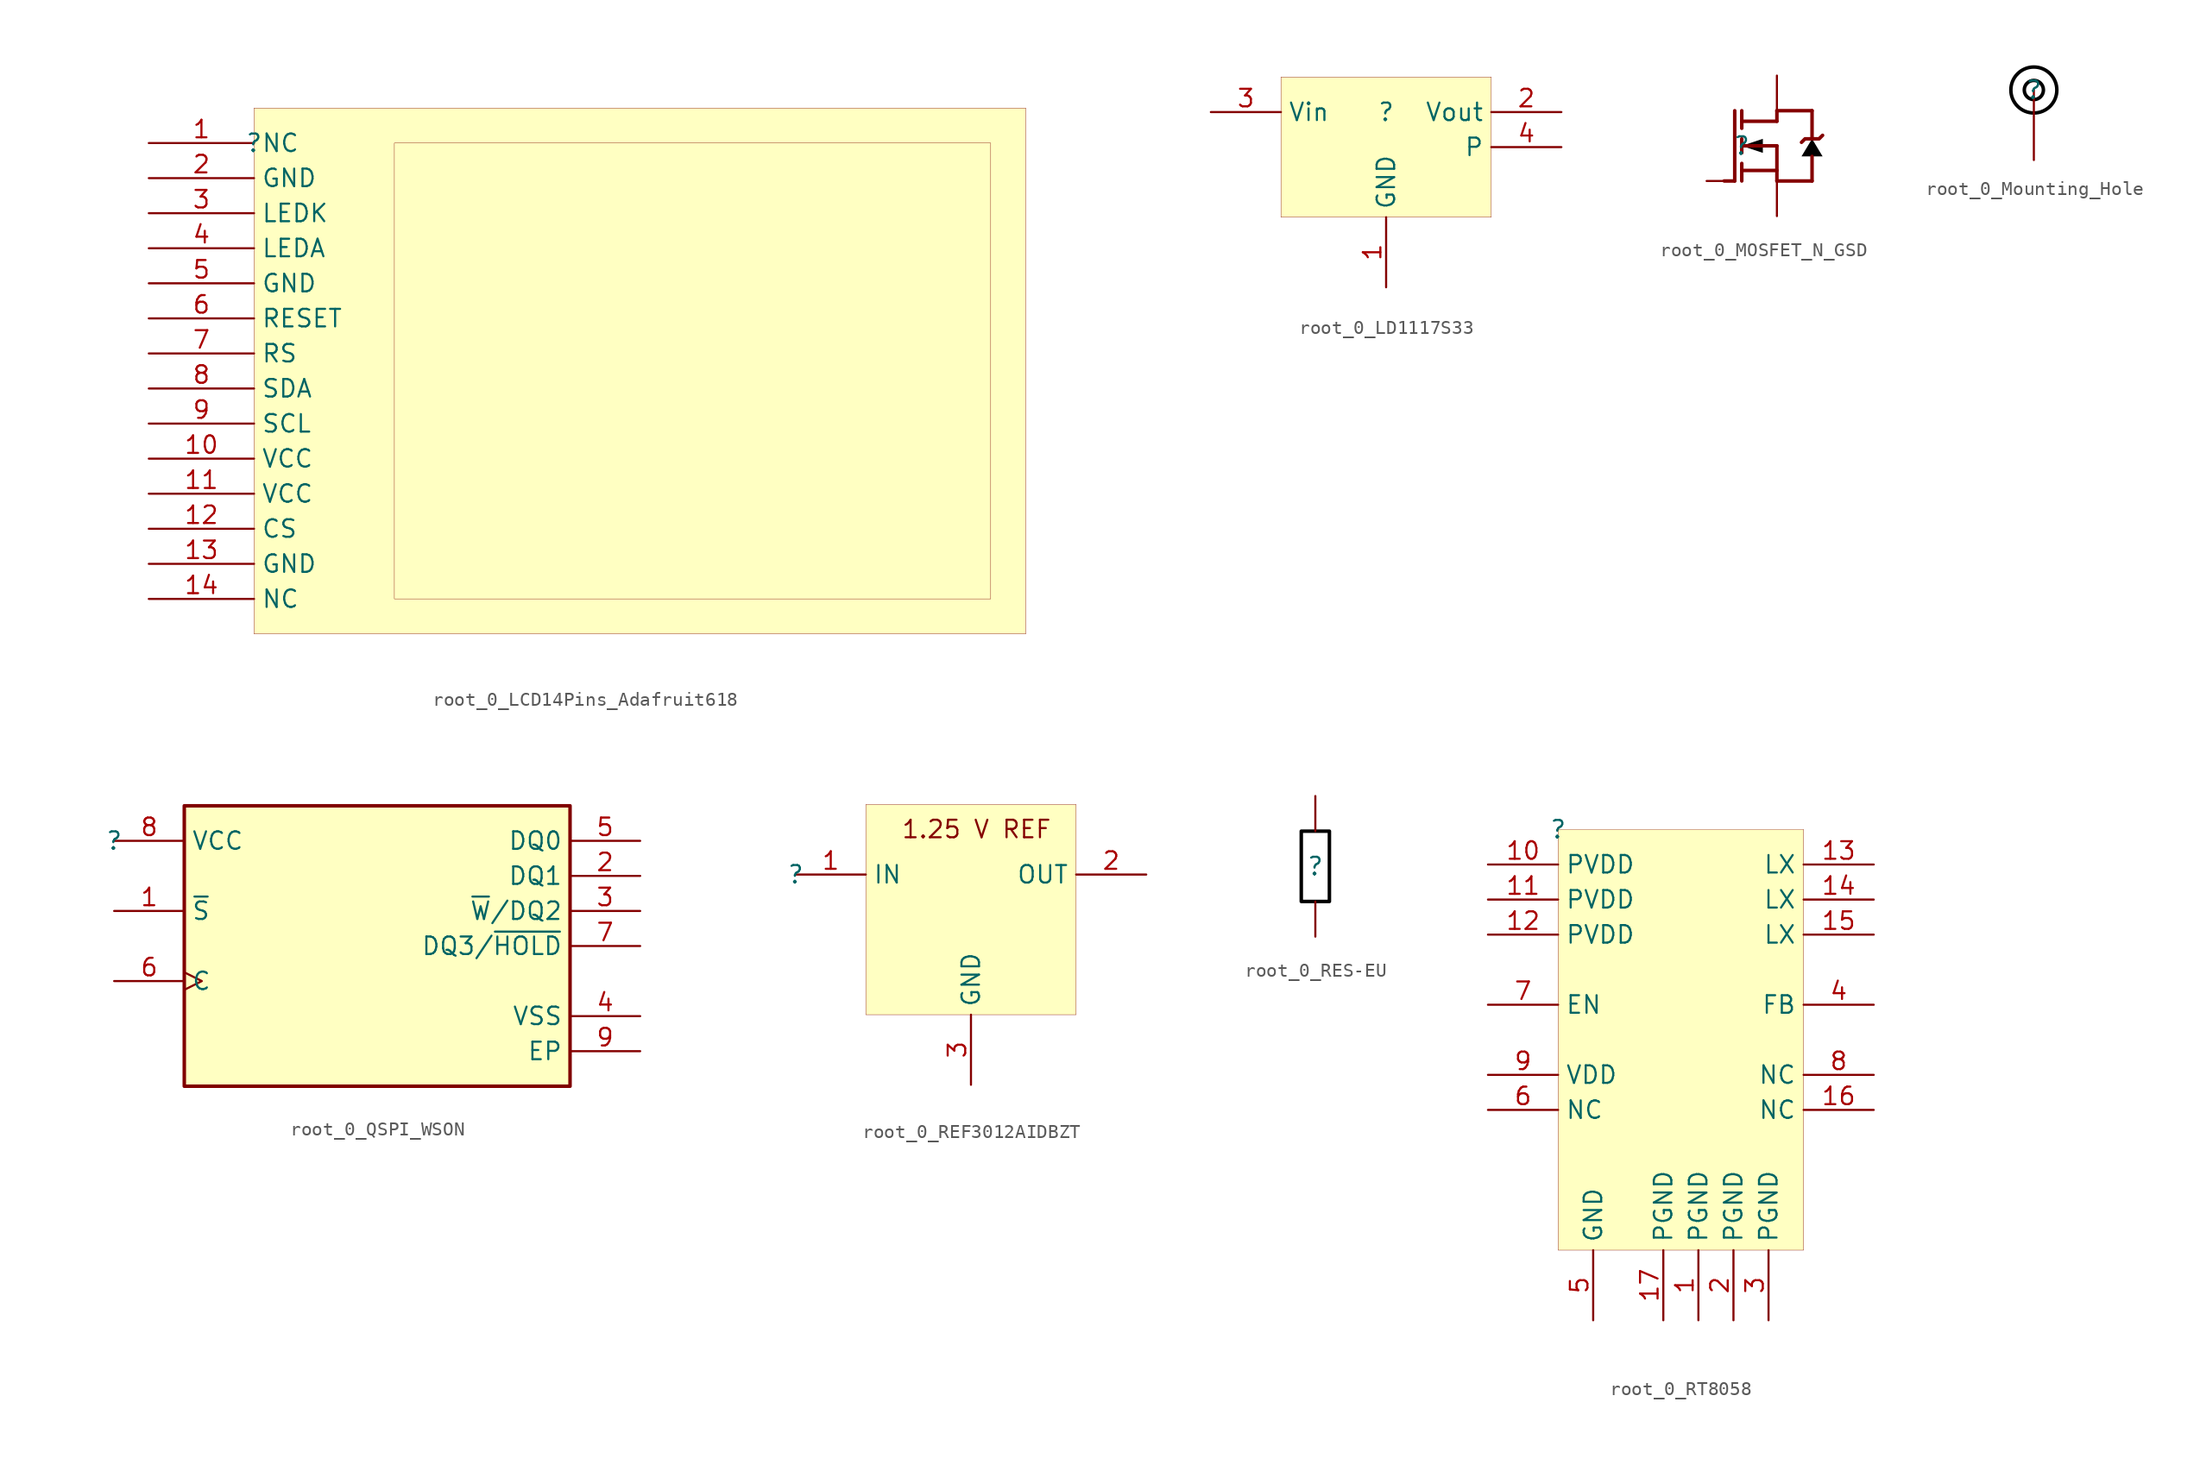
<source format=kicad_sym>
(kicad_symbol_lib
  (version 20231120)
  (generator "kicad_symbol_editor")
  (generator_version "8.0")
  (symbol "root_0_LCD14Pins_Adafruit618"
    (property "Reference" ""
      (at 0 0 0)
      (effects (font (size 1.27 1.27))))
    (property "Value" ""
      (at 0 0 0)
      (effects (font (size 1.27 1.27))))
    (symbol "root_0_LCD14Pins_Adafruit618_1_0"
      (rectangle (start 53.34 0) (end 10.16 -33.02) (stroke (width 0.025) (type solid) (color 128 0 0 1)) (fill (type color) (color 74 134 232 1)))
      (rectangle (start 55.88 2.54) (end 0 -35.56) (stroke (width 0.025) (type solid) (color 128 0 0 1)) (fill (type background)))
      (pin passive line (at -7.62 0 0) (length 7.62) (name "NC" (effects (font (size 1.27 1.27)))) (number "1" (effects (font (size 1.27 1.27)))))
      (pin passive line (at -7.62 -22.86 0) (length 7.62) (name "VCC" (effects (font (size 1.27 1.27)))) (number "10" (effects (font (size 1.27 1.27)))))
      (pin passive line (at -7.62 -25.4 0) (length 7.62) (name "VCC" (effects (font (size 1.27 1.27)))) (number "11" (effects (font (size 1.27 1.27)))))
      (pin passive line (at -7.62 -27.94 0) (length 7.62) (name "CS" (effects (font (size 1.27 1.27)))) (number "12" (effects (font (size 1.27 1.27)))))
      (pin passive line (at -7.62 -30.48 0) (length 7.62) (name "GND" (effects (font (size 1.27 1.27)))) (number "13" (effects (font (size 1.27 1.27)))))
      (pin passive line (at -7.62 -33.02 0) (length 7.62) (name "NC" (effects (font (size 1.27 1.27)))) (number "14" (effects (font (size 1.27 1.27)))))
      (pin passive line (at -7.62 -2.54 0) (length 7.62) (name "GND" (effects (font (size 1.27 1.27)))) (number "2" (effects (font (size 1.27 1.27)))))
      (pin passive line (at -7.62 -5.08 0) (length 7.62) (name "LEDK" (effects (font (size 1.27 1.27)))) (number "3" (effects (font (size 1.27 1.27)))))
      (pin passive line (at -7.62 -7.62 0) (length 7.62) (name "LEDA" (effects (font (size 1.27 1.27)))) (number "4" (effects (font (size 1.27 1.27)))))
      (pin passive line (at -7.62 -10.16 0) (length 7.62) (name "GND" (effects (font (size 1.27 1.27)))) (number "5" (effects (font (size 1.27 1.27)))))
      (pin passive line (at -7.62 -12.7 0) (length 7.62) (name "RESET" (effects (font (size 1.27 1.27)))) (number "6" (effects (font (size 1.27 1.27)))))
      (pin passive line (at -7.62 -15.24 0) (length 7.62) (name "RS" (effects (font (size 1.27 1.27)))) (number "7" (effects (font (size 1.27 1.27)))))
      (pin passive line (at -7.62 -17.78 0) (length 7.62) (name "SDA" (effects (font (size 1.27 1.27)))) (number "8" (effects (font (size 1.27 1.27)))))
      (pin passive line (at -7.62 -20.32 0) (length 7.62) (name "SCL" (effects (font (size 1.27 1.27)))) (number "9" (effects (font (size 1.27 1.27)))))))
  (symbol "root_0_LD1117S33"
    (property "Reference" ""
      (at 0 0 0)
      (effects (font (size 1.27 1.27))))
    (property "Value" ""
      (at 0 0 0)
      (effects (font (size 1.27 1.27))))
    (symbol "root_0_LD1117S33_1_0"
      (rectangle (start 7.62 2.54) (end -7.62 -7.62) (stroke (width 0.025) (type solid) (color 128 0 0 1)) (fill (type background)))
      (pin passive line (at 0 -12.7 90) (length 5.08) (name "GND" (effects (font (size 1.27 1.27)))) (number "1" (effects (font (size 1.27 1.27)))))
      (pin passive line (at 12.7 0 180) (length 5.08) (name "Vout" (effects (font (size 1.27 1.27)))) (number "2" (effects (font (size 1.27 1.27)))))
      (pin passive line (at -12.7 0 0) (length 5.08) (name "Vin" (effects (font (size 1.27 1.27)))) (number "3" (effects (font (size 1.27 1.27)))))
      (pin passive line (at 12.7 -2.54 180) (length 5.08) (name "P" (effects (font (size 1.27 1.27)))) (number "4" (effects (font (size 1.27 1.27)))))))
  (symbol "root_0_MOSFET_N_GSD"
    (property "Reference" ""
      (at 0 0 0)
      (effects (font (size 1.27 1.27))))
    (property "Value" ""
      (at 0 0 0)
      (effects (font (size 1.27 1.27))))
    (symbol "root_0_MOSFET_N_GSD_1_0"
      (polyline (pts (xy -1.27 -2.54) (xy -0.508 -2.54)) (stroke (width 0.254) (type solid)) (fill (type none)))
      (polyline (pts (xy -0.508 2.54) (xy -0.508 -2.54)) (stroke (width 0.254) (type solid)) (fill (type none)))
      (polyline (pts (xy 0 -2.54) (xy 0 -1.27)) (stroke (width 0.254) (type solid)) (fill (type none)))
      (polyline (pts (xy 0 -0.508) (xy 0 0.508)) (stroke (width 0.254) (type solid)) (fill (type none)))
      (polyline (pts (xy 0 2.54) (xy 0 1.27)) (stroke (width 0.254) (type solid)) (fill (type none)))
      (polyline (pts (xy 2.54 -2.54) (xy 5.08 -2.54)) (stroke (width 0.254) (type solid)) (fill (type none)))
      (polyline (pts (xy 2.54 -1.778) (xy 0 -1.778)) (stroke (width 0.254) (type solid)) (fill (type none)))
      (polyline (pts (xy 2.54 0) (xy 0 0)) (stroke (width 0.254) (type solid)) (fill (type none)))
      (polyline (pts (xy 2.54 0) (xy 2.54 -2.54)) (stroke (width 0.254) (type solid)) (fill (type none)))
      (polyline (pts (xy 2.54 1.778) (xy 0 1.778)) (stroke (width 0.254) (type solid)) (fill (type none)))
      (polyline (pts (xy 2.54 1.778) (xy 2.54 2.54)) (stroke (width 0.254) (type solid)) (fill (type none)))
      (polyline (pts (xy 2.54 2.54) (xy 5.08 2.54)) (stroke (width 0.254) (type solid)) (fill (type none)))
      (polyline (pts (xy 5.08 -2.54) (xy 5.08 -0.762)) (stroke (width 0.254) (type solid)) (fill (type none)))
      (polyline (pts (xy 5.08 2.54) (xy 5.08 0.508)) (stroke (width 0.254) (type solid)) (fill (type none)))
      (polyline (pts (xy 0 0) (xy 1.524 -0.508) (xy 1.524 0.508) (xy 0 0)) (stroke (width -0.0001) (type solid) (color 0 0 0 1)) (fill (type outline)))
      (polyline (pts (xy 5.08 0.508) (xy 4.318 -0.762) (xy 5.842 -0.762) (xy 5.08 0.508)) (stroke (width -0.0001) (type solid) (color 0 0 0 1)) (fill (type outline)))
      (polyline (pts (xy 5.842 0.762) (xy 5.588 0.508) (xy 4.572 0.508) (xy 4.318 0.254)) (stroke (width 0.254) (type solid)) (fill (type none)))
      (pin passive line (at -2.54 -2.54 0) (length 1.27) (name "G" (effects (font (size 0 0)))) (number "1" (effects (font (size 0 0)))))
      (pin passive line (at 2.54 -5.08 90) (length 2.54) (name "S" (effects (font (size 0 0)))) (number "2" (effects (font (size 0 0)))))
      (pin passive line (at 2.54 5.08 270) (length 2.54) (name "D" (effects (font (size 0 0)))) (number "3" (effects (font (size 0 0)))))))
  (symbol "root_0_Mounting_Hole"
    (property "Reference" ""
      (at 0 0 0)
      (effects (font (size 1.27 1.27))))
    (property "Value" ""
      (at 0 0 0)
      (effects (font (size 1.27 1.27))))
    (symbol "root_0_Mounting_Hole_1_0"
      (circle (center 0 0) (radius 0.695) (stroke (width 0.254) (type solid) (color 0 0 0 1)) (fill (type none)))
      (circle (center 0 0) (radius 1.667) (stroke (width 0.254) (type solid) (color 0 0 0 1)) (fill (type none)))
      (pin passive line (at 0 -5.08 90) (length 5.08) (name "1" (effects (font (size 0 0)))) (number "1" (effects (font (size 0 0)))))))
  (symbol "root_0_QSPI_WSON"
    (property "Reference" ""
      (at 0 0 0)
      (effects (font (size 1.27 1.27))))
    (property "Value" ""
      (at 0 0 0)
      (effects (font (size 1.27 1.27))))
    (symbol "root_0_QSPI_WSON_1_0"
      (rectangle (start 33.02 2.54) (end 5.08 -17.78) (stroke (width 0.254) (type solid) (color 128 0 0 1)) (fill (type background)))
      (pin input line (at 0 -5.08 0) (length 5.08) (name "~{S}" (effects (font (size 1.27 1.27)))) (number "1" (effects (font (size 1.27 1.27)))))
      (pin bidirectional line (at 38.1 -2.54 180) (length 5.08) (name "DQ1" (effects (font (size 1.27 1.27)))) (number "2" (effects (font (size 1.27 1.27)))))
      (pin bidirectional line (at 38.1 -5.08 180) (length 5.08) (name "~{W}/DQ2" (effects (font (size 1.27 1.27)))) (number "3" (effects (font (size 1.27 1.27)))))
      (pin power_in line (at 38.1 -12.7 180) (length 5.08) (name "VSS" (effects (font (size 1.27 1.27)))) (number "4" (effects (font (size 1.27 1.27)))))
      (pin bidirectional line (at 38.1 0 180) (length 5.08) (name "DQ0" (effects (font (size 1.27 1.27)))) (number "5" (effects (font (size 1.27 1.27)))))
      (pin input clock (at 0 -10.16 0) (length 5.08) (name "C" (effects (font (size 1.27 1.27)))) (number "6" (effects (font (size 1.27 1.27)))))
      (pin bidirectional line (at 38.1 -7.62 180) (length 5.08) (name "DQ3/~{HOLD}" (effects (font (size 1.27 1.27)))) (number "7" (effects (font (size 1.27 1.27)))))
      (pin power_in line (at 0 0 0) (length 5.08) (name "VCC" (effects (font (size 1.27 1.27)))) (number "8" (effects (font (size 1.27 1.27)))))
      (pin power_in line (at 38.1 -15.24 180) (length 5.08) (name "EP" (effects (font (size 1.27 1.27)))) (number "9" (effects (font (size 1.27 1.27)))))))
  (symbol "root_0_REF3012AIDBZT"
    (property "Reference" ""
      (at 0 0 0)
      (effects (font (size 1.27 1.27))))
    (property "Value" ""
      (at 0 0 0)
      (effects (font (size 1.27 1.27))))
    (symbol "root_0_REF3012AIDBZT_1_0"
      (rectangle (start 20.32 5.08) (end 5.08 -10.16) (stroke (width 0.025) (type solid) (color 128 0 0 1)) (fill (type background)))
      (text "1.25 V REF" (at 7.62 2.54 0) (effects (font (size 1.27 1.27)) (justify left bottom)))
      (pin passive line (at 0 0 0) (length 5.08) (name "IN" (effects (font (size 1.27 1.27)))) (number "1" (effects (font (size 1.27 1.27)))))
      (pin passive line (at 25.4 0 180) (length 5.08) (name "OUT" (effects (font (size 1.27 1.27)))) (number "2" (effects (font (size 1.27 1.27)))))
      (pin passive line (at 12.7 -15.24 90) (length 5.08) (name "GND" (effects (font (size 1.27 1.27)))) (number "3" (effects (font (size 1.27 1.27)))))))
  (symbol "root_0_RES-EU"
    (property "Reference" ""
      (at 0 0 0)
      (effects (font (size 1.27 1.27))))
    (property "Value" ""
      (at 0 0 0)
      (effects (font (size 1.27 1.27))))
    (symbol "root_0_RES-EU_1_0"
      (rectangle (start 1.016 2.54) (end -1.016 -2.54) (stroke (width 0.254) (type solid) (color 0 0 0 1)) (fill (type none)))
      (pin passive line (at 0 5.08 270) (length 2.54) (name "1" (effects (font (size 0 0)))) (number "1" (effects (font (size 0 0)))))
      (pin passive line (at 0 -5.08 90) (length 2.54) (name "2" (effects (font (size 0 0)))) (number "2" (effects (font (size 0 0)))))))
  (symbol "root_0_RT8058"
    (property "Reference" ""
      (at 0 0 0)
      (effects (font (size 1.27 1.27))))
    (property "Value" ""
      (at 0 0 0)
      (effects (font (size 1.27 1.27))))
    (symbol "root_0_RT8058_1_0"
      (rectangle (start 17.78 0) (end 0 -30.48) (stroke (width 0.025) (type solid) (color 128 0 0 1)) (fill (type background)))
      (pin passive line (at 10.16 -35.56 90) (length 5.08) (name "PGND" (effects (font (size 1.27 1.27)))) (number "1" (effects (font (size 1.27 1.27)))))
      (pin passive line (at -5.08 -2.54 0) (length 5.08) (name "PVDD" (effects (font (size 1.27 1.27)))) (number "10" (effects (font (size 1.27 1.27)))))
      (pin passive line (at -5.08 -5.08 0) (length 5.08) (name "PVDD" (effects (font (size 1.27 1.27)))) (number "11" (effects (font (size 1.27 1.27)))))
      (pin passive line (at -5.08 -7.62 0) (length 5.08) (name "PVDD" (effects (font (size 1.27 1.27)))) (number "12" (effects (font (size 1.27 1.27)))))
      (pin passive line (at 22.86 -2.54 180) (length 5.08) (name "LX" (effects (font (size 1.27 1.27)))) (number "13" (effects (font (size 1.27 1.27)))))
      (pin passive line (at 22.86 -5.08 180) (length 5.08) (name "LX" (effects (font (size 1.27 1.27)))) (number "14" (effects (font (size 1.27 1.27)))))
      (pin passive line (at 22.86 -7.62 180) (length 5.08) (name "LX" (effects (font (size 1.27 1.27)))) (number "15" (effects (font (size 1.27 1.27)))))
      (pin passive line (at 22.86 -20.32 180) (length 5.08) (name "NC" (effects (font (size 1.27 1.27)))) (number "16" (effects (font (size 1.27 1.27)))))
      (pin passive line (at 7.62 -35.56 90) (length 5.08) (name "PGND" (effects (font (size 1.27 1.27)))) (number "17" (effects (font (size 1.27 1.27)))))
      (pin passive line (at 12.7 -35.56 90) (length 5.08) (name "PGND" (effects (font (size 1.27 1.27)))) (number "2" (effects (font (size 1.27 1.27)))))
      (pin passive line (at 15.24 -35.56 90) (length 5.08) (name "PGND" (effects (font (size 1.27 1.27)))) (number "3" (effects (font (size 1.27 1.27)))))
      (pin passive line (at 22.86 -12.7 180) (length 5.08) (name "FB" (effects (font (size 1.27 1.27)))) (number "4" (effects (font (size 1.27 1.27)))))
      (pin passive line (at 2.54 -35.56 90) (length 5.08) (name "GND" (effects (font (size 1.27 1.27)))) (number "5" (effects (font (size 1.27 1.27)))))
      (pin passive line (at -5.08 -20.32 0) (length 5.08) (name "NC" (effects (font (size 1.27 1.27)))) (number "6" (effects (font (size 1.27 1.27)))))
      (pin passive line (at -5.08 -12.7 0) (length 5.08) (name "EN" (effects (font (size 1.27 1.27)))) (number "7" (effects (font (size 1.27 1.27)))))
      (pin passive line (at 22.86 -17.78 180) (length 5.08) (name "NC" (effects (font (size 1.27 1.27)))) (number "8" (effects (font (size 1.27 1.27)))))
      (pin passive line (at -5.08 -17.78 0) (length 5.08) (name "VDD" (effects (font (size 1.27 1.27)))) (number "9" (effects (font (size 1.27 1.27))))))))
</source>
